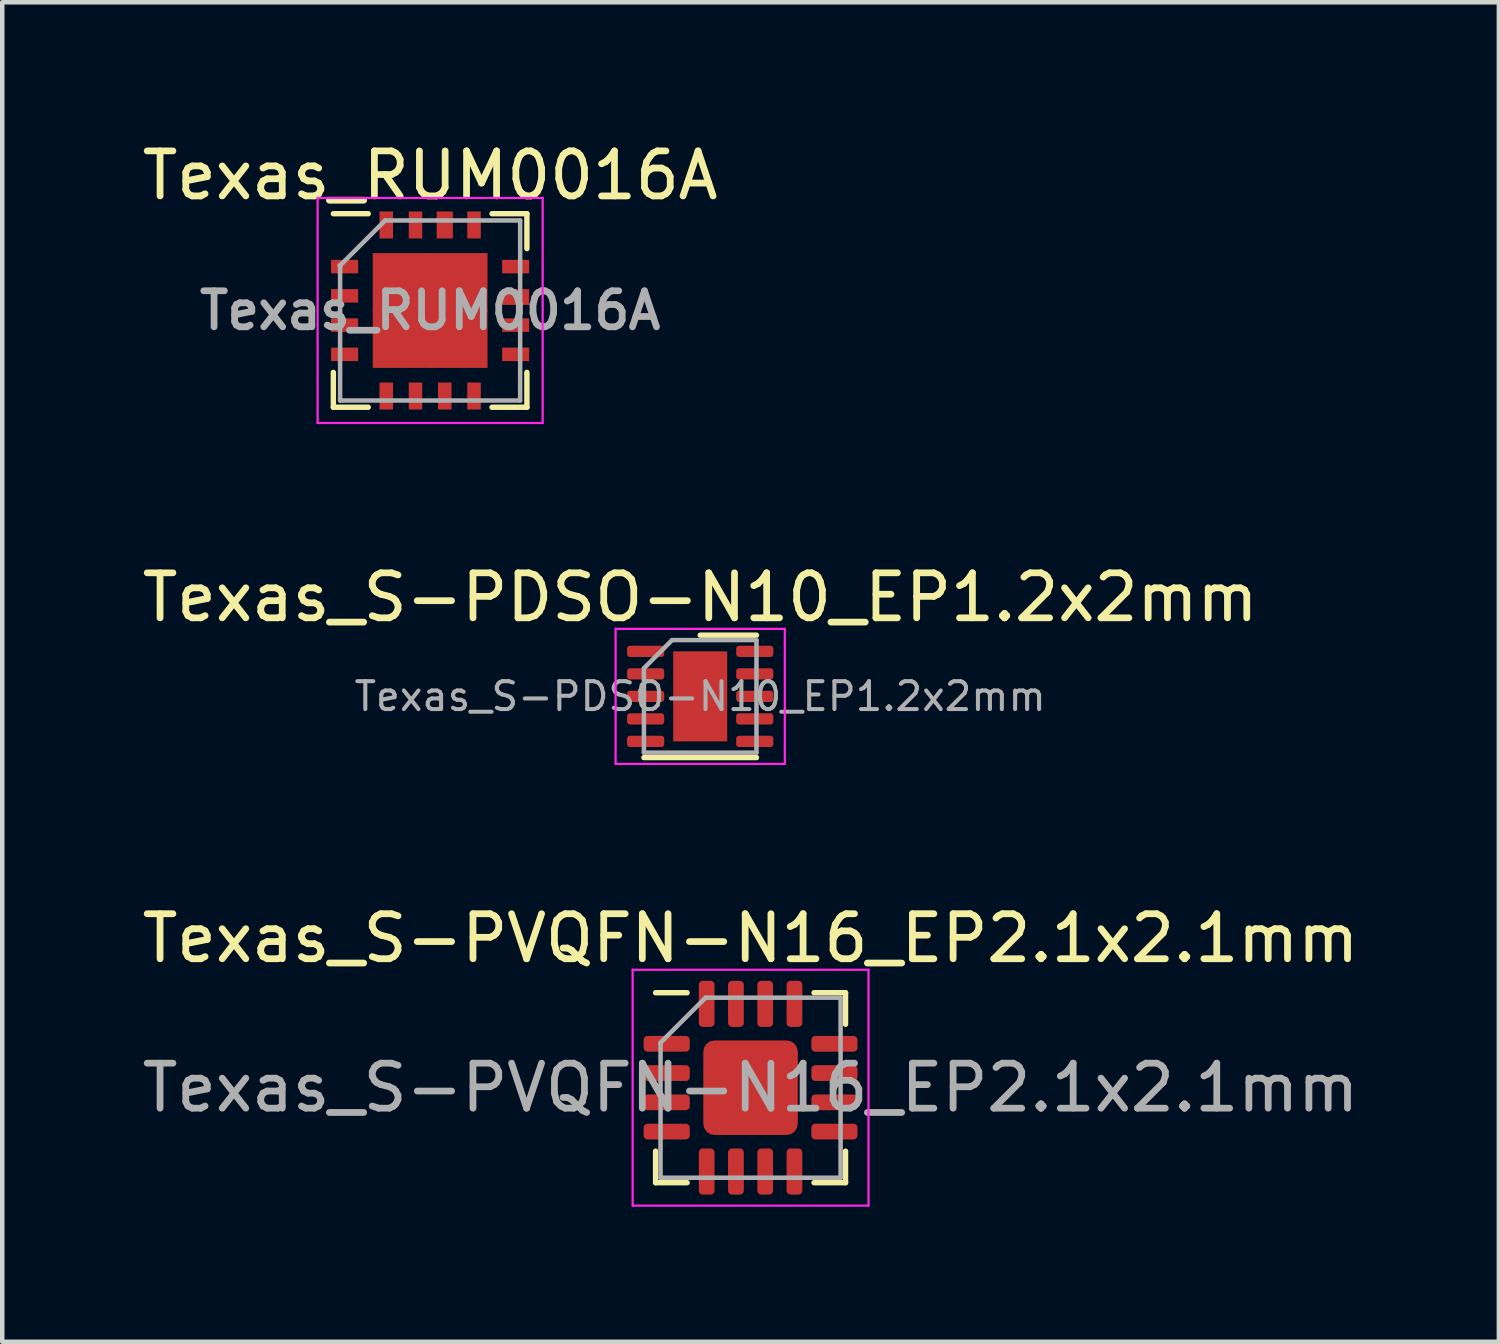
<source format=kicad_pcb>
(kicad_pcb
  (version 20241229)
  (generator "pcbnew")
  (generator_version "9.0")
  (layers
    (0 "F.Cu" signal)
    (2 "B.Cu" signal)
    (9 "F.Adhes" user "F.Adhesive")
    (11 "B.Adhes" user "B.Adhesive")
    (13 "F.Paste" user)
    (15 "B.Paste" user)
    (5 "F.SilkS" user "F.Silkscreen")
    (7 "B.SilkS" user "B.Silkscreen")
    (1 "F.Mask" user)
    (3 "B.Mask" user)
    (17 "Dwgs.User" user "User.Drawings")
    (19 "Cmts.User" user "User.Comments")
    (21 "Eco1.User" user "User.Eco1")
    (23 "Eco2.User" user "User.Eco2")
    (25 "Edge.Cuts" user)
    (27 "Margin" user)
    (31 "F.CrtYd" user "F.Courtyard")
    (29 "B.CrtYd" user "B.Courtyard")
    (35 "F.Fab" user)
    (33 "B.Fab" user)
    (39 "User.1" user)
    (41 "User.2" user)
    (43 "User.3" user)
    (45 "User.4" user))
  (footprint "Texas_S-PDSO-N10_EP1.2x2mm"
    (layer "F.Cu")
    (at 12.506 12.421)
    (property "Reference" "Texas_S-PDSO-N10_EP1.2x2mm" (at 0 -2.2 0) (layer "F.SilkS") (effects (font (size 1 1) (thickness 0.15))))
    (attr smd)
    (fp_line (start -1.25 1.36) (end 1.25 1.36) (stroke (width 0.12) (type solid)) (layer "F.SilkS"))
    (fp_line (start 0 -1.36) (end 1.25 -1.36) (stroke (width 0.12) (type solid)) (layer "F.SilkS"))
    (fp_line (start -1.88 -1.5) (end -1.88 1.5) (stroke (width 0.05) (type solid)) (layer "F.CrtYd"))
    (fp_line (start -1.88 1.5) (end 1.88 1.5) (stroke (width 0.05) (type solid)) (layer "F.CrtYd"))
    (fp_line (start 1.88 -1.5) (end -1.88 -1.5) (stroke (width 0.05) (type solid)) (layer "F.CrtYd"))
    (fp_line (start 1.88 1.5) (end 1.88 -1.5) (stroke (width 0.05) (type solid)) (layer "F.CrtYd"))
    (fp_line (start -1.25 -0.625) (end -0.625 -1.25) (stroke (width 0.1) (type solid)) (layer "F.Fab"))
    (fp_line (start -1.25 1.25) (end -1.25 -0.625) (stroke (width 0.1) (type solid)) (layer "F.Fab"))
    (fp_line (start -0.625 -1.25) (end 1.25 -1.25) (stroke (width 0.1) (type solid)) (layer "F.Fab"))
    (fp_line (start 1.25 -1.25) (end 1.25 1.25) (stroke (width 0.1) (type solid)) (layer "F.Fab"))
    (fp_line (start 1.25 1.25) (end -1.25 1.25) (stroke (width 0.1) (type solid)) (layer "F.Fab"))
    (fp_text user "${REFERENCE}" (at 0 0 0) (layer "F.Fab") (effects (font (size 0.62 0.62) (thickness 0.09))))
    (pad "" smd roundrect (at -0.3 -0.5) (size 0.48 0.81) (layers "F.Paste") (roundrect_rratio 0.25))
    (pad "" smd roundrect (at -0.3 0.5) (size 0.48 0.81) (layers "F.Paste") (roundrect_rratio 0.25))
    (pad "" smd roundrect (at 0.3 -0.5) (size 0.48 0.81) (layers "F.Paste") (roundrect_rratio 0.25))
    (pad "" smd roundrect (at 0.3 0.5) (size 0.48 0.81) (layers "F.Paste") (roundrect_rratio 0.25))
    (pad "1" smd roundrect (at -1.212 -1) (size 0.825 0.25) (layers "F.Cu" "F.Mask" "F.Paste") (roundrect_rratio 0.25))
    (pad "2" smd roundrect (at -1.212 -0.5) (size 0.825 0.25) (layers "F.Cu" "F.Mask" "F.Paste") (roundrect_rratio 0.25))
    (pad "3" smd roundrect (at -1.212 0) (size 0.825 0.25) (layers "F.Cu" "F.Mask" "F.Paste") (roundrect_rratio 0.25))
    (pad "4" smd roundrect (at -1.212 0.5) (size 0.825 0.25) (layers "F.Cu" "F.Mask" "F.Paste") (roundrect_rratio 0.25))
    (pad "5" smd roundrect (at -1.212 1) (size 0.825 0.25) (layers "F.Cu" "F.Mask" "F.Paste") (roundrect_rratio 0.25))
    (pad "6" smd roundrect (at 1.212 1) (size 0.825 0.25) (layers "F.Cu" "F.Mask" "F.Paste") (roundrect_rratio 0.25))
    (pad "7" smd roundrect (at 1.212 0.5) (size 0.825 0.25) (layers "F.Cu" "F.Mask" "F.Paste") (roundrect_rratio 0.25))
    (pad "8" smd roundrect (at 1.212 0) (size 0.825 0.25) (layers "F.Cu" "F.Mask" "F.Paste") (roundrect_rratio 0.25))
    (pad "9" smd roundrect (at 1.212 -0.5) (size 0.825 0.25) (layers "F.Cu" "F.Mask" "F.Paste") (roundrect_rratio 0.25))
    (pad "10" smd roundrect (at 1.212 -1) (size 0.825 0.25) (layers "F.Cu" "F.Mask" "F.Paste") (roundrect_rratio 0.25))
    (pad "11" smd rect (at 0 0) (size 1.2 2) (layers "F.Cu" "F.Mask")))
  (footprint "Texas_RUM0016A"
    (layer "F.Cu")
    (at 6.506 3.848)
    (property "Reference" "Texas_RUM0016A" (at 0 -3 0) (layer "F.SilkS") (effects (font (size 1 1) (thickness 0.15))))
    (attr smd)
    (fp_line (start -2.15 -2.15) (end -1.375 -2.15) (stroke (width 0.12) (type solid)) (layer "F.SilkS"))
    (fp_line (start -2.15 2.15) (end -2.15 1.375) (stroke (width 0.12) (type solid)) (layer "F.SilkS"))
    (fp_line (start -2.15 2.15) (end -1.375 2.15) (stroke (width 0.12) (type solid)) (layer "F.SilkS"))
    (fp_line (start 2.15 -2.15) (end 1.375 -2.15) (stroke (width 0.12) (type solid)) (layer "F.SilkS"))
    (fp_line (start 2.15 -2.15) (end 2.15 -1.375) (stroke (width 0.12) (type solid)) (layer "F.SilkS"))
    (fp_line (start 2.15 2.15) (end 1.375 2.15) (stroke (width 0.12) (type solid)) (layer "F.SilkS"))
    (fp_line (start 2.15 2.15) (end 2.15 1.375) (stroke (width 0.12) (type solid)) (layer "F.SilkS"))
    (fp_line (start -2.5 -2.5) (end -2.5 2.5) (stroke (width 0.05) (type solid)) (layer "F.CrtYd"))
    (fp_line (start -2.5 -2.5) (end 2.5 -2.5) (stroke (width 0.05) (type solid)) (layer "F.CrtYd"))
    (fp_line (start -2.5 2.5) (end 2.5 2.5) (stroke (width 0.05) (type solid)) (layer "F.CrtYd"))
    (fp_line (start 2.5 -2.5) (end 2.5 2.5) (stroke (width 0.05) (type solid)) (layer "F.CrtYd"))
    (fp_line (start -2 -1) (end -2 -1) (stroke (width 0.12) (type solid)) (layer "F.Fab"))
    (fp_line (start -2 2) (end -2 -1) (stroke (width 0.1) (type solid)) (layer "F.Fab"))
    (fp_line (start -1 -2) (end -2 -1) (stroke (width 0.1) (type solid)) (layer "F.Fab"))
    (fp_line (start -1 -2) (end 2 -2) (stroke (width 0.1) (type solid)) (layer "F.Fab"))
    (fp_line (start 2 -2) (end 2 2) (stroke (width 0.1) (type solid)) (layer "F.Fab"))
    (fp_line (start 2 2) (end -2 2) (stroke (width 0.1) (type solid)) (layer "F.Fab"))
    (fp_text user "${REFERENCE}" (at 0 0 0) (layer "F.Fab") (effects (font (size 0.8 0.8) (thickness 0.15))))
    (pad "1" smd rect (at -1.9 -0.975) (size 0.6 0.3) (layers "F.Cu" "F.Mask" "F.Paste"))
    (pad "2" smd rect (at -1.9 -0.325) (size 0.6 0.3) (layers "F.Cu" "F.Mask" "F.Paste"))
    (pad "3" smd rect (at -1.9 0.325) (size 0.6 0.3) (layers "F.Cu" "F.Mask" "F.Paste"))
    (pad "4" smd rect (at -1.9 0.975) (size 0.6 0.3) (layers "F.Cu" "F.Mask" "F.Paste"))
    (pad "5" smd rect (at -0.975 1.9 90) (size 0.6 0.3) (layers "F.Cu" "F.Mask" "F.Paste"))
    (pad "6" smd rect (at -0.325 1.9 90) (size 0.6 0.3) (layers "F.Cu" "F.Mask" "F.Paste"))
    (pad "7" smd rect (at 0.325 1.9 90) (size 0.6 0.3) (layers "F.Cu" "F.Mask" "F.Paste"))
    (pad "8" smd rect (at 0.975 1.9 90) (size 0.6 0.3) (layers "F.Cu" "F.Mask" "F.Paste"))
    (pad "9" smd rect (at 1.9 0.975) (size 0.6 0.3) (layers "F.Cu" "F.Mask" "F.Paste"))
    (pad "10" smd rect (at 1.9 0.325) (size 0.6 0.3) (layers "F.Cu" "F.Mask" "F.Paste"))
    (pad "11" smd rect (at 1.9 -0.3) (size 0.6 0.35) (layers "F.Cu" "F.Mask" "F.Paste"))
    (pad "12" smd rect (at 1.9 -0.975) (size 0.6 0.3) (layers "F.Cu" "F.Mask" "F.Paste"))
    (pad "13" smd rect (at 0.975 -1.9 90) (size 0.6 0.3) (layers "F.Cu" "F.Mask" "F.Paste"))
    (pad "14" smd rect (at 0.325 -1.9 90) (size 0.6 0.36) (layers "F.Cu" "F.Mask" "F.Paste"))
    (pad "15" smd rect (at -0.325 -1.9 90) (size 0.6 0.3) (layers "F.Cu" "F.Mask" "F.Paste"))
    (pad "16" smd rect (at -0.975 -1.9 90) (size 0.6 0.3) (layers "F.Cu" "F.Mask" "F.Paste"))
    (pad "17" smd rect (at -0.625 -0.625) (size 1.3 1.3) (layers "F.Cu" "F.Mask" "F.Paste"))
    (pad "17" smd rect (at -0.625 0.625) (size 1.3 1.3) (layers "F.Cu" "F.Mask" "F.Paste"))
    (pad "17" smd rect (at 0.625 -0.625) (size 1.3 1.3) (layers "F.Cu" "F.Mask" "F.Paste"))
    (pad "17" smd rect (at 0.625 0.625) (size 1.3 1.3) (layers "F.Cu" "F.Mask" "F.Paste")))
  (footprint "Texas_S-PVQFN-N16_EP2.1x2.1mm"
    (layer "F.Cu")
    (at 13.625 21.115)
    (property "Reference" "Texas_S-PVQFN-N16_EP2.1x2.1mm" (at 0 -3.32 0) (layer "F.SilkS") (effects (font (size 1 1) (thickness 0.15))))
    (attr smd)
    (fp_line (start -2.11 2.11) (end -2.11 1.41) (stroke (width 0.12) (type solid)) (layer "F.SilkS"))
    (fp_line (start -1.41 -2.11) (end -2.11 -2.11) (stroke (width 0.12) (type solid)) (layer "F.SilkS"))
    (fp_line (start -1.41 2.11) (end -2.11 2.11) (stroke (width 0.12) (type solid)) (layer "F.SilkS"))
    (fp_line (start 1.41 -2.11) (end 2.11 -2.11) (stroke (width 0.12) (type solid)) (layer "F.SilkS"))
    (fp_line (start 1.41 2.11) (end 2.11 2.11) (stroke (width 0.12) (type solid)) (layer "F.SilkS"))
    (fp_line (start 2.11 -2.11) (end 2.11 -1.41) (stroke (width 0.12) (type solid)) (layer "F.SilkS"))
    (fp_line (start 2.11 2.11) (end 2.11 1.41) (stroke (width 0.12) (type solid)) (layer "F.SilkS"))
    (fp_line (start -2.62 -2.62) (end -2.62 2.62) (stroke (width 0.05) (type solid)) (layer "F.CrtYd"))
    (fp_line (start -2.62 2.62) (end 2.62 2.62) (stroke (width 0.05) (type solid)) (layer "F.CrtYd"))
    (fp_line (start 2.62 -2.62) (end -2.62 -2.62) (stroke (width 0.05) (type solid)) (layer "F.CrtYd"))
    (fp_line (start 2.62 2.62) (end 2.62 -2.62) (stroke (width 0.05) (type solid)) (layer "F.CrtYd"))
    (fp_line (start -2 -1) (end -1 -2) (stroke (width 0.1) (type solid)) (layer "F.Fab"))
    (fp_line (start -2 2) (end -2 -1) (stroke (width 0.1) (type solid)) (layer "F.Fab"))
    (fp_line (start -1 -2) (end 2 -2) (stroke (width 0.1) (type solid)) (layer "F.Fab"))
    (fp_line (start 2 -2) (end 2 2) (stroke (width 0.1) (type solid)) (layer "F.Fab"))
    (fp_line (start 2 2) (end -2 2) (stroke (width 0.1) (type solid)) (layer "F.Fab"))
    (fp_text user "${REFERENCE}" (at 0 0 0) (layer "F.Fab") (effects (font (size 1 1) (thickness 0.15))))
    (pad "" smd roundrect (at -0.7 -0.7) (size 0.56 0.56) (layers "F.Paste") (roundrect_rratio 0.25))
    (pad "" smd roundrect (at -0.7 0) (size 0.56 0.56) (layers "F.Paste") (roundrect_rratio 0.25))
    (pad "" smd roundrect (at -0.7 0.7) (size 0.56 0.56) (layers "F.Paste") (roundrect_rratio 0.25))
    (pad "" smd roundrect (at 0 -0.7) (size 0.56 0.56) (layers "F.Paste") (roundrect_rratio 0.25))
    (pad "" smd roundrect (at 0 0) (size 0.56 0.56) (layers "F.Paste") (roundrect_rratio 0.25))
    (pad "" smd roundrect (at 0 0.7) (size 0.56 0.56) (layers "F.Paste") (roundrect_rratio 0.25))
    (pad "" smd roundrect (at 0.7 -0.7) (size 0.56 0.56) (layers "F.Paste") (roundrect_rratio 0.25))
    (pad "" smd roundrect (at 0.7 0) (size 0.56 0.56) (layers "F.Paste") (roundrect_rratio 0.25))
    (pad "" smd roundrect (at 0.7 0.7) (size 0.56 0.56) (layers "F.Paste") (roundrect_rratio 0.25))
    (pad "1" smd roundrect (at -1.863 -0.975) (size 1.025 0.35) (layers "F.Cu" "F.Mask" "F.Paste") (roundrect_rratio 0.25))
    (pad "2" smd roundrect (at -1.863 -0.325) (size 1.025 0.35) (layers "F.Cu" "F.Mask" "F.Paste") (roundrect_rratio 0.25))
    (pad "3" smd roundrect (at -1.863 0.325) (size 1.025 0.35) (layers "F.Cu" "F.Mask" "F.Paste") (roundrect_rratio 0.25))
    (pad "4" smd roundrect (at -1.863 0.975) (size 1.025 0.35) (layers "F.Cu" "F.Mask" "F.Paste") (roundrect_rratio 0.25))
    (pad "5" smd roundrect (at -0.975 1.863) (size 0.35 1.025) (layers "F.Cu" "F.Mask" "F.Paste") (roundrect_rratio 0.25))
    (pad "6" smd roundrect (at -0.325 1.863) (size 0.35 1.025) (layers "F.Cu" "F.Mask" "F.Paste") (roundrect_rratio 0.25))
    (pad "7" smd roundrect (at 0.325 1.863) (size 0.35 1.025) (layers "F.Cu" "F.Mask" "F.Paste") (roundrect_rratio 0.25))
    (pad "8" smd roundrect (at 0.975 1.863) (size 0.35 1.025) (layers "F.Cu" "F.Mask" "F.Paste") (roundrect_rratio 0.25))
    (pad "9" smd roundrect (at 1.863 0.975) (size 1.025 0.35) (layers "F.Cu" "F.Mask" "F.Paste") (roundrect_rratio 0.25))
    (pad "10" smd roundrect (at 1.863 0.325) (size 1.025 0.35) (layers "F.Cu" "F.Mask" "F.Paste") (roundrect_rratio 0.25))
    (pad "11" smd roundrect (at 1.863 -0.325) (size 1.025 0.35) (layers "F.Cu" "F.Mask" "F.Paste") (roundrect_rratio 0.25))
    (pad "12" smd roundrect (at 1.863 -0.975) (size 1.025 0.35) (layers "F.Cu" "F.Mask" "F.Paste") (roundrect_rratio 0.25))
    (pad "13" smd roundrect (at 0.975 -1.863) (size 0.35 1.025) (layers "F.Cu" "F.Mask" "F.Paste") (roundrect_rratio 0.25))
    (pad "14" smd roundrect (at 0.325 -1.863) (size 0.35 1.025) (layers "F.Cu" "F.Mask" "F.Paste") (roundrect_rratio 0.25))
    (pad "15" smd roundrect (at -0.325 -1.863) (size 0.35 1.025) (layers "F.Cu" "F.Mask" "F.Paste") (roundrect_rratio 0.25))
    (pad "16" smd roundrect (at -0.975 -1.863) (size 0.35 1.025) (layers "F.Cu" "F.Mask" "F.Paste") (roundrect_rratio 0.25))
    (pad "17" smd roundrect (at 0 0) (size 2.1 2.1) (layers "F.Cu" "F.Mask") (roundrect_rratio 0.119)))
  (gr_rect
    (start -3 -3)
    (end 30.25 26.76)
    (stroke (width 0.1) (type default))
    (fill no)
    (layer "Edge.Cuts")))
</source>
